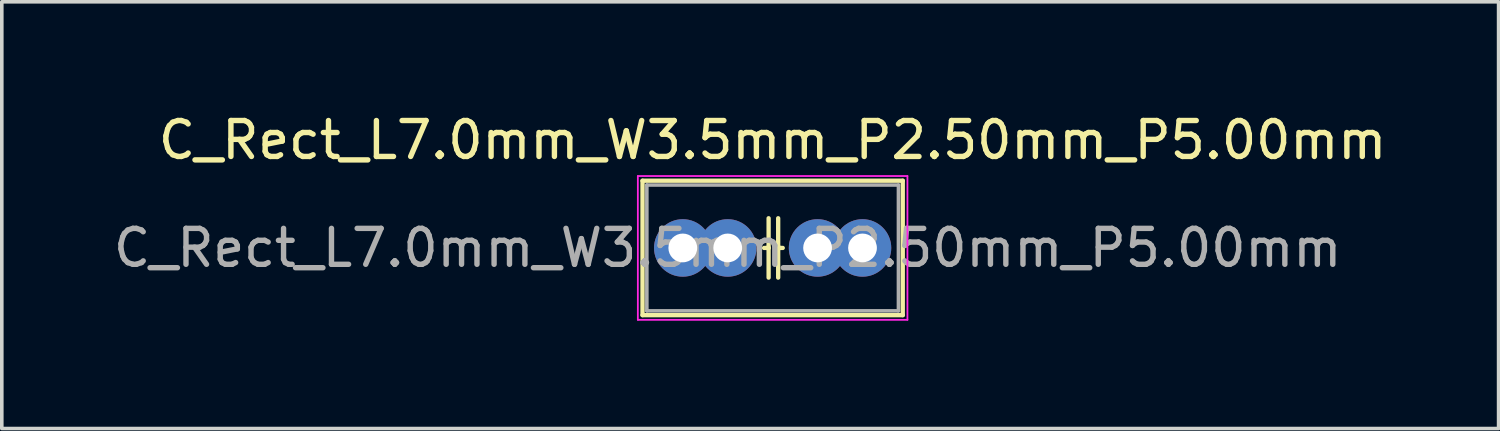
<source format=kicad_pcb>
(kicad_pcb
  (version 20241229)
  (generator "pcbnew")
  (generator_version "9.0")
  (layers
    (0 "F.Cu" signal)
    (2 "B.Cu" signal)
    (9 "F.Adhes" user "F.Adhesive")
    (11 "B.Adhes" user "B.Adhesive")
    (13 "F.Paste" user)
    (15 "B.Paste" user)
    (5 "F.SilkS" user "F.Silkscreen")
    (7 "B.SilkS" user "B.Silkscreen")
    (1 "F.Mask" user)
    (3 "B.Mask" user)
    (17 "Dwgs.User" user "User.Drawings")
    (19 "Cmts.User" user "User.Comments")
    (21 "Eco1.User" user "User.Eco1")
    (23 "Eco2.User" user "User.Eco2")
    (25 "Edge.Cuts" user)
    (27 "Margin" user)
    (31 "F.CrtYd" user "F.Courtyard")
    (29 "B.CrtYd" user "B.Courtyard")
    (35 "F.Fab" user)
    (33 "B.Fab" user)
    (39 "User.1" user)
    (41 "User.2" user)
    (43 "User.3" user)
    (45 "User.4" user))
  (footprint "C_Rect_L7.0mm_W3.5mm_P2.50mm_P5.00mm"
    (layer "F.Cu")
    (at 15.946 3.848)
    (property "Reference" "C_Rect_L7.0mm_W3.5mm_P2.50mm_P5.00mm" (at 2.5 -3 0) (layer "F.SilkS") (effects (font (size 1 1) (thickness 0.15))))
    (attr through_hole)
    (fp_line (start -1.12 -1.87) (end -1.12 1.87) (stroke (width 0.12) (type solid)) (layer "F.SilkS"))
    (fp_line (start -1.12 -1.87) (end 6.12 -1.87) (stroke (width 0.12) (type solid)) (layer "F.SilkS"))
    (fp_line (start -1.12 1.87) (end 6.12 1.87) (stroke (width 0.12) (type solid)) (layer "F.SilkS"))
    (fp_line (start 2.261 0) (end 2.324 0) (stroke (width 0.12) (type solid)) (layer "F.SilkS"))
    (fp_line (start 2.324 0) (end 2.388 0) (stroke (width 0.12) (type solid)) (layer "F.SilkS"))
    (fp_line (start 2.388 0) (end 2.388 -0.826) (stroke (width 0.12) (type solid)) (layer "F.SilkS"))
    (fp_line (start 2.388 0.826) (end 2.388 0) (stroke (width 0.12) (type solid)) (layer "F.SilkS"))
    (fp_line (start 2.654 0) (end 2.654 -0.826) (stroke (width 0.12) (type solid)) (layer "F.SilkS"))
    (fp_line (start 2.654 0.826) (end 2.654 0) (stroke (width 0.12) (type solid)) (layer "F.SilkS"))
    (fp_line (start 2.718 0) (end 2.654 0) (stroke (width 0.12) (type solid)) (layer "F.SilkS"))
    (fp_line (start 2.781 0) (end 2.718 0) (stroke (width 0.12) (type solid)) (layer "F.SilkS"))
    (fp_line (start 6.12 -1.87) (end 6.12 1.87) (stroke (width 0.12) (type solid)) (layer "F.SilkS"))
    (fp_line (start -1.25 -2) (end -1.25 2) (stroke (width 0.05) (type solid)) (layer "F.CrtYd"))
    (fp_line (start -1.25 2) (end 6.25 2) (stroke (width 0.05) (type solid)) (layer "F.CrtYd"))
    (fp_line (start 6.25 -2) (end -1.25 -2) (stroke (width 0.05) (type solid)) (layer "F.CrtYd"))
    (fp_line (start 6.25 2) (end 6.25 -2) (stroke (width 0.05) (type solid)) (layer "F.CrtYd"))
    (fp_line (start -1 -1.75) (end -1 1.75) (stroke (width 0.1) (type solid)) (layer "F.Fab"))
    (fp_line (start -1 1.75) (end 6 1.75) (stroke (width 0.1) (type solid)) (layer "F.Fab"))
    (fp_line (start 6 -1.75) (end -1 -1.75) (stroke (width 0.1) (type solid)) (layer "F.Fab"))
    (fp_line (start 6 1.75) (end 6 -1.75) (stroke (width 0.1) (type solid)) (layer "F.Fab"))
    (fp_text user "${REFERENCE}" (at 1.25 0 0) (layer "F.Fab") (effects (font (size 1 1) (thickness 0.15))))
    (pad "1" thru_hole circle (at 0 0) (size 1.6 1.6) (drill 0.8) (layers "*.Cu" "*.Mask"))
    (pad "1" thru_hole circle (at 1.25 0) (size 1.6 1.6) (drill 0.8) (layers "*.Cu" "*.Mask"))
    (pad "2" thru_hole circle (at 3.75 0) (size 1.6 1.6) (drill 0.8) (layers "*.Cu" "*.Mask"))
    (pad "2" thru_hole circle (at 5 0) (size 1.6 1.6) (drill 0.8) (layers "*.Cu" "*.Mask")))
  (gr_rect
    (start -3 -3)
    (end 38.643 8.873)
    (stroke (width 0.1) (type default))
    (fill no)
    (layer "Edge.Cuts")))
</source>
